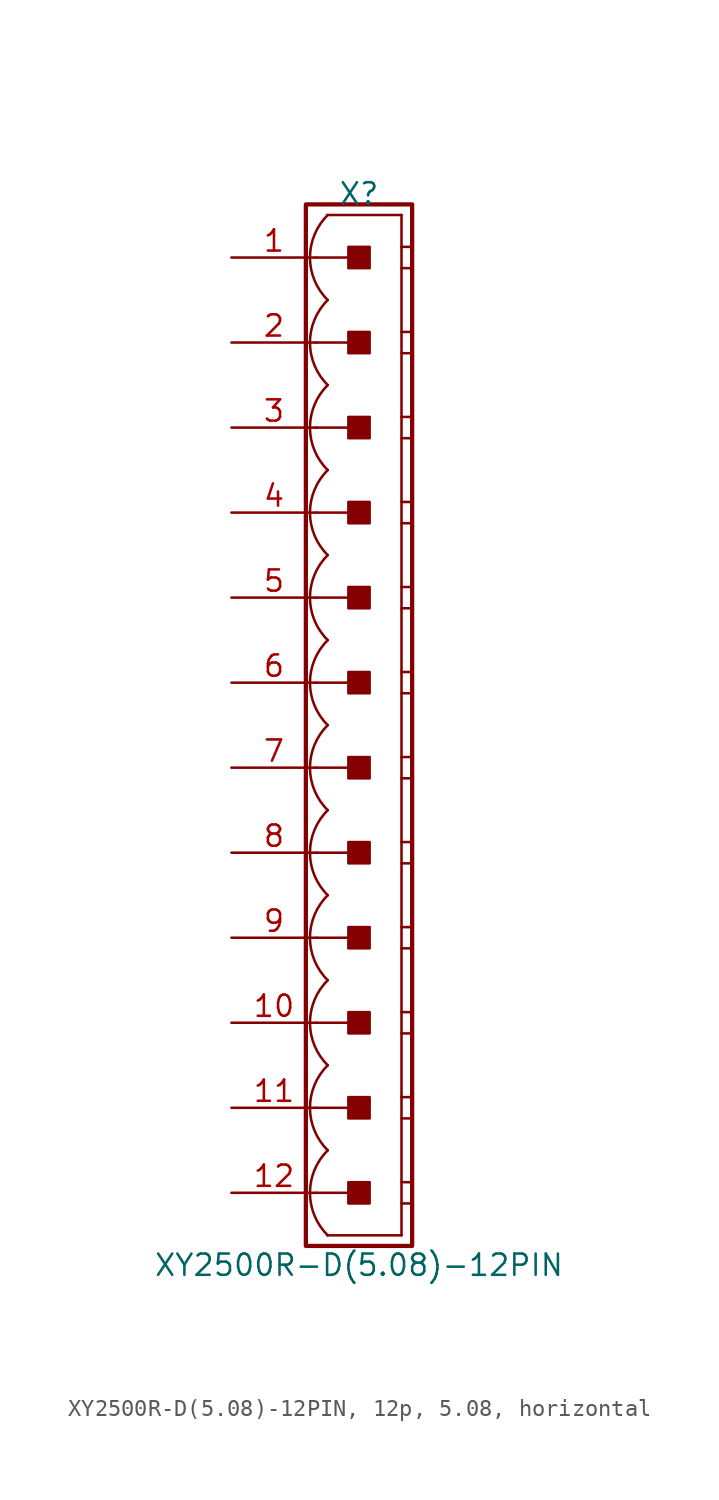
<source format=kicad_sym>
(kicad_symbol_lib
  (version 20241209)
  (generator "kicad_symbol_editor")
  (generator_version "9.0")
  (symbol "XY2500R-D(5.08)-12PIN, 12p, 5.08, horizontal"
    (pin_names
      (offset 1.016)
      (hide yes))
    (property "Reference" "X"
      (at 0 31.75 0)
      (effects (font (size 1.27 1.27))))
    (property "Value" "XY2500R-D(5.08)-12PIN"
      (at 0 -32.258 0)
      (effects (font (size 1.27 1.27))))
    (symbol "XY2500R-D(5.08)-12PIN, 12p, 5.08, horizontal_0_1"
      (polyline (pts (xy 2.54 30.48) (xy -1.905 30.48)) (stroke (width 0.152) (type default)) (fill (type none)))
      (polyline (pts (xy 2.54 30.48) (xy 2.54 -30.48)) (stroke (width 0.152) (type default)) (fill (type none)))
      (polyline (pts (xy 2.54 28.575) (xy 3.175 28.575)) (stroke (width 0.152) (type default)) (fill (type none)))
      (polyline (pts (xy 2.54 27.305) (xy 3.175 27.305)) (stroke (width 0.152) (type default)) (fill (type none)))
      (polyline (pts (xy 2.54 23.495) (xy 3.175 23.495)) (stroke (width 0.152) (type default)) (fill (type none)))
      (polyline (pts (xy 2.54 22.225) (xy 3.175 22.225)) (stroke (width 0.152) (type default)) (fill (type none)))
      (polyline (pts (xy 2.54 18.415) (xy 3.175 18.415)) (stroke (width 0.152) (type default)) (fill (type none)))
      (polyline (pts (xy 2.54 17.145) (xy 3.175 17.145)) (stroke (width 0.152) (type default)) (fill (type none)))
      (polyline (pts (xy 2.54 13.335) (xy 3.175 13.335)) (stroke (width 0.152) (type default)) (fill (type none)))
      (polyline (pts (xy 2.54 12.065) (xy 3.175 12.065)) (stroke (width 0.152) (type default)) (fill (type none)))
      (polyline (pts (xy 2.54 8.255) (xy 3.175 8.255)) (stroke (width 0.152) (type default)) (fill (type none)))
      (polyline (pts (xy 2.54 6.985) (xy 3.175 6.985)) (stroke (width 0.152) (type default)) (fill (type none)))
      (polyline (pts (xy 2.54 3.175) (xy 3.175 3.175)) (stroke (width 0.152) (type default)) (fill (type none)))
      (polyline (pts (xy 2.54 1.905) (xy 3.175 1.905)) (stroke (width 0.152) (type default)) (fill (type none)))
      (polyline (pts (xy 2.54 -1.905) (xy 3.175 -1.905)) (stroke (width 0.152) (type default)) (fill (type none)))
      (polyline (pts (xy 2.54 -3.175) (xy 3.175 -3.175)) (stroke (width 0.152) (type default)) (fill (type none)))
      (polyline (pts (xy 2.54 -6.985) (xy 3.175 -6.985)) (stroke (width 0.152) (type default)) (fill (type none)))
      (polyline (pts (xy 2.54 -8.255) (xy 3.175 -8.255)) (stroke (width 0.152) (type default)) (fill (type none)))
      (polyline (pts (xy 2.54 -12.065) (xy 3.175 -12.065)) (stroke (width 0.152) (type default)) (fill (type none)))
      (polyline (pts (xy 2.54 -13.335) (xy 3.175 -13.335)) (stroke (width 0.152) (type default)) (fill (type none)))
      (polyline (pts (xy 2.54 -17.145) (xy 3.175 -17.145)) (stroke (width 0.152) (type default)) (fill (type none)))
      (polyline (pts (xy 2.54 -18.415) (xy 3.175 -18.415)) (stroke (width 0.152) (type default)) (fill (type none)))
      (polyline (pts (xy 2.54 -22.225) (xy 3.175 -22.225)) (stroke (width 0.152) (type default)) (fill (type none)))
      (polyline (pts (xy 2.54 -23.495) (xy 3.175 -23.495)) (stroke (width 0.152) (type default)) (fill (type none)))
      (polyline (pts (xy 2.54 -27.305) (xy 3.175 -27.305)) (stroke (width 0.152) (type default)) (fill (type none)))
      (polyline (pts (xy 2.54 -28.575) (xy 3.175 -28.575)) (stroke (width 0.152) (type default)) (fill (type none)))
      (polyline (pts (xy 2.54 -30.48) (xy -1.905 -30.48)) (stroke (width 0.152) (type default)) (fill (type none))))
    (symbol "XY2500R-D(5.08)-12PIN, 12p, 5.08, horizontal_1_0"
      (polyline (pts (xy -2.54 27.94) (xy 0 27.94)) (stroke (width 0.152) (type default)) (fill (type none)))
      (polyline (pts (xy -2.54 22.86) (xy 0 22.86)) (stroke (width 0.152) (type default)) (fill (type none)))
      (polyline (pts (xy -2.54 17.78) (xy 0 17.78)) (stroke (width 0.152) (type default)) (fill (type none)))
      (polyline (pts (xy -2.54 12.7) (xy 0 12.7)) (stroke (width 0.152) (type default)) (fill (type none)))
      (polyline (pts (xy -2.54 7.62) (xy 0 7.62)) (stroke (width 0.152) (type default)) (fill (type none)))
      (polyline (pts (xy -2.54 2.54) (xy 0 2.54)) (stroke (width 0.152) (type default)) (fill (type none)))
      (polyline (pts (xy -2.54 -2.54) (xy 0 -2.54)) (stroke (width 0.152) (type default)) (fill (type none)))
      (polyline (pts (xy -2.54 -7.62) (xy 0 -7.62)) (stroke (width 0.152) (type default)) (fill (type none)))
      (polyline (pts (xy -2.54 -12.7) (xy 0 -12.7)) (stroke (width 0.152) (type default)) (fill (type none)))
      (polyline (pts (xy -2.54 -17.78) (xy 0 -17.78)) (stroke (width 0.152) (type default)) (fill (type none)))
      (polyline (pts (xy -2.54 -22.86) (xy 0 -22.86)) (stroke (width 0.152) (type default)) (fill (type none)))
      (polyline (pts (xy -2.54 -27.94) (xy 0 -27.94)) (stroke (width 0.152) (type default)) (fill (type none))))
    (symbol "XY2500R-D(5.08)-12PIN, 12p, 5.08, horizontal_1_1"
      (rectangle (start -3.175 31.115) (end 3.175 -31.115) (stroke (width 0.254) (type default)) (fill (type none)))
      (rectangle (start -0.635 27.305) (end 0.635 28.575) (stroke (width 0.152) (type default)) (fill (type outline)))
      (rectangle (start -0.635 22.225) (end 0.635 23.495) (stroke (width 0.152) (type default)) (fill (type outline)))
      (rectangle (start -0.635 17.145) (end 0.635 18.415) (stroke (width 0.152) (type default)) (fill (type outline)))
      (rectangle (start -0.635 12.065) (end 0.635 13.335) (stroke (width 0.152) (type default)) (fill (type outline)))
      (rectangle (start -0.635 6.985) (end 0.635 8.255) (stroke (width 0.152) (type default)) (fill (type outline)))
      (rectangle (start -0.635 1.905) (end 0.635 3.175) (stroke (width 0.152) (type default)) (fill (type outline)))
      (rectangle (start -0.635 -3.175) (end 0.635 -1.905) (stroke (width 0.152) (type default)) (fill (type outline)))
      (rectangle (start -0.635 -8.255) (end 0.635 -6.985) (stroke (width 0.152) (type default)) (fill (type outline)))
      (rectangle (start -0.635 -13.335) (end 0.635 -12.065) (stroke (width 0.152) (type default)) (fill (type outline)))
      (rectangle (start -0.635 -18.415) (end 0.635 -17.145) (stroke (width 0.152) (type default)) (fill (type outline)))
      (rectangle (start -0.635 -23.495) (end 0.635 -22.225) (stroke (width 0.152) (type default)) (fill (type outline)))
      (rectangle (start -0.635 -28.575) (end 0.635 -27.305) (stroke (width 0.152) (type default)) (fill (type outline)))
      (arc (start -1.8664 25.4) (mid -2.9299 27.94) (end -1.8664 30.48) (stroke (width 0.1524) (type default)) (fill (type none)))
      (arc (start -1.8664 20.32) (mid -2.9299 22.86) (end -1.8664 25.4) (stroke (width 0.1524) (type default)) (fill (type none)))
      (arc (start -1.8664 15.24) (mid -2.9299 17.78) (end -1.8664 20.32) (stroke (width 0.1524) (type default)) (fill (type none)))
      (arc (start -1.8664 10.16) (mid -2.9299 12.7) (end -1.8664 15.24) (stroke (width 0.1524) (type default)) (fill (type none)))
      (arc (start -1.8664 5.08) (mid -2.9299 7.62) (end -1.8664 10.16) (stroke (width 0.1524) (type default)) (fill (type none)))
      (arc (start -1.8664 0) (mid -2.9299 2.54) (end -1.8664 5.08) (stroke (width 0.1524) (type default)) (fill (type none)))
      (arc (start -1.8664 -5.08) (mid -2.9299 -2.54) (end -1.8664 0) (stroke (width 0.1524) (type default)) (fill (type none)))
      (arc (start -1.8664 -10.16) (mid -2.9299 -7.62) (end -1.8664 -5.08) (stroke (width 0.1524) (type default)) (fill (type none)))
      (arc (start -1.8664 -15.24) (mid -2.9299 -12.7) (end -1.8664 -10.16) (stroke (width 0.1524) (type default)) (fill (type none)))
      (arc (start -1.8664 -20.32) (mid -2.9299 -17.78) (end -1.8664 -15.24) (stroke (width 0.1524) (type default)) (fill (type none)))
      (arc (start -1.8664 -25.4) (mid -2.9299 -22.86) (end -1.8664 -20.32) (stroke (width 0.1524) (type default)) (fill (type none)))
      (arc (start -1.8664 -30.48) (mid -2.9299 -27.94) (end -1.8664 -25.4) (stroke (width 0.1524) (type default)) (fill (type none)))
      (pin passive line (at -7.62 27.94 0) (length 5.08) (name "1" (effects (font (size 1.27 1.27)))) (number "1" (effects (font (size 1.27 1.27)))))
      (pin passive line (at -7.62 22.86 0) (length 5.08) (name "2" (effects (font (size 1.27 1.27)))) (number "2" (effects (font (size 1.27 1.27)))))
      (pin passive line (at -7.62 17.78 0) (length 5.08) (name "3" (effects (font (size 1.27 1.27)))) (number "3" (effects (font (size 1.27 1.27)))))
      (pin passive line (at -7.62 12.7 0) (length 5.08) (name "4" (effects (font (size 1.27 1.27)))) (number "4" (effects (font (size 1.27 1.27)))))
      (pin passive line (at -7.62 7.62 0) (length 5.08) (name "5" (effects (font (size 1.27 1.27)))) (number "5" (effects (font (size 1.27 1.27)))))
      (pin passive line (at -7.62 2.54 0) (length 5.08) (name "6" (effects (font (size 1.27 1.27)))) (number "6" (effects (font (size 1.27 1.27)))))
      (pin passive line (at -7.62 -2.54 0) (length 5.08) (name "7" (effects (font (size 1.27 1.27)))) (number "7" (effects (font (size 1.27 1.27)))))
      (pin passive line (at -7.62 -7.62 0) (length 5.08) (name "8" (effects (font (size 1.27 1.27)))) (number "8" (effects (font (size 1.27 1.27)))))
      (pin passive line (at -7.62 -12.7 0) (length 5.08) (name "9" (effects (font (size 1.27 1.27)))) (number "9" (effects (font (size 1.27 1.27)))))
      (pin passive line (at -7.62 -17.78 0) (length 5.08) (name "10" (effects (font (size 1.27 1.27)))) (number "10" (effects (font (size 1.27 1.27)))))
      (pin passive line (at -7.62 -22.86 0) (length 5.08) (name "11" (effects (font (size 1.27 1.27)))) (number "11" (effects (font (size 1.27 1.27)))))
      (pin passive line (at -7.62 -27.94 0) (length 5.08) (name "12" (effects (font (size 1.27 1.27)))) (number "12" (effects (font (size 1.27 1.27))))))))
</source>
